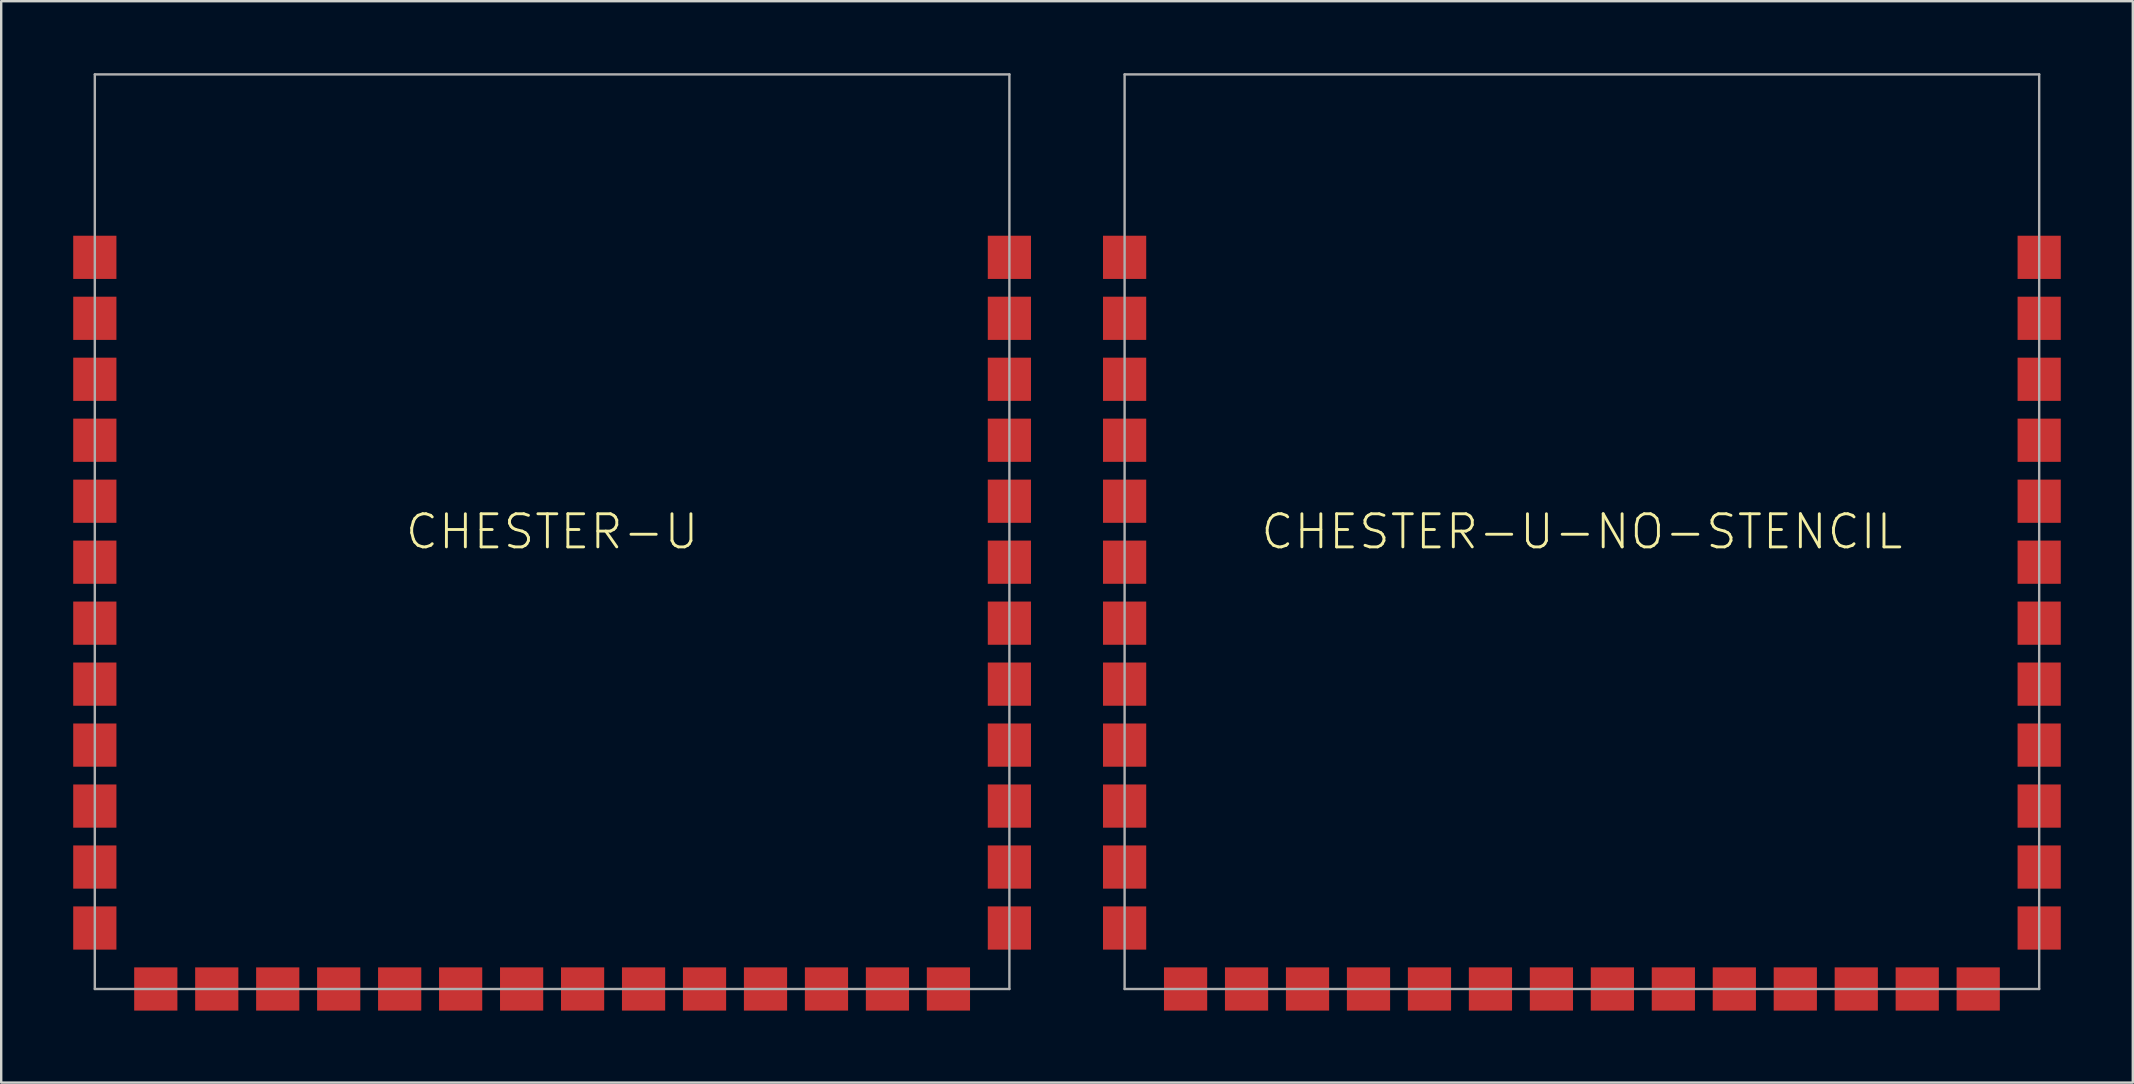
<source format=kicad_pcb>
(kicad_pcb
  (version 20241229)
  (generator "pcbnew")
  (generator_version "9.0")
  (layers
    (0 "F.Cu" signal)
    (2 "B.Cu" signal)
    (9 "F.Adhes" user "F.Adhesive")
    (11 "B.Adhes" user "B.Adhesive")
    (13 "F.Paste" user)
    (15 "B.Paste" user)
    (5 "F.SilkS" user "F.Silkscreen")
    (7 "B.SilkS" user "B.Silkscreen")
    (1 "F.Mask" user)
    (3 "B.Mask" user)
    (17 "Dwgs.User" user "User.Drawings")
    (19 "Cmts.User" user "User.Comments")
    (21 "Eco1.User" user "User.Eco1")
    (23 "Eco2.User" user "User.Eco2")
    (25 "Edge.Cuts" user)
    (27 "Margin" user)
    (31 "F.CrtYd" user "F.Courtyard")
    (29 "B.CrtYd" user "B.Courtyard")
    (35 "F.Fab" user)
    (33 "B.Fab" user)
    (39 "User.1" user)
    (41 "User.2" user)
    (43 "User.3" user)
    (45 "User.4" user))
  (footprint "CHESTER-U-NO-STENCIL"
    (layer "F.Cu")
    (at 62.85 19.1)
    (property "Reference" "CHESTER-U-NO-STENCIL" (at 0 0 0) (unlocked yes) (layer "F.SilkS") (effects (font (size 1.38 1.38) (thickness 0.12))))
    (fp_line (start -19.05 -19.05) (end -19.05 19.05) (stroke (width 0.1) (type solid)) (layer "F.Fab"))
    (fp_line (start -19.05 19.05) (end 19.05 19.05) (stroke (width 0.1) (type solid)) (layer "F.Fab"))
    (fp_line (start 19.05 -19.05) (end -19.05 -19.05) (stroke (width 0.1) (type solid)) (layer "F.Fab"))
    (fp_line (start 19.05 19.05) (end 19.05 -19.05) (stroke (width 0.1) (type solid)) (layer "F.Fab"))
    (pad "1" smd rect (at -19.05 -11.43) (size 1.8 1.8) (layers "F.Cu" "F.Mask"))
    (pad "2" smd rect (at -19.05 -8.89) (size 1.8 1.8) (layers "F.Cu" "F.Mask"))
    (pad "3" smd rect (at -19.05 -6.35) (size 1.8 1.8) (layers "F.Cu" "F.Mask"))
    (pad "4" smd rect (at -19.05 -3.81) (size 1.8 1.8) (layers "F.Cu" "F.Mask"))
    (pad "5" smd rect (at -19.05 -1.27) (size 1.8 1.8) (layers "F.Cu" "F.Mask"))
    (pad "6" smd rect (at -19.05 1.27) (size 1.8 1.8) (layers "F.Cu" "F.Mask"))
    (pad "7" smd rect (at -19.05 3.81) (size 1.8 1.8) (layers "F.Cu" "F.Mask"))
    (pad "8" smd rect (at -19.05 6.35) (size 1.8 1.8) (layers "F.Cu" "F.Mask"))
    (pad "9" smd rect (at -19.05 8.89) (size 1.8 1.8) (layers "F.Cu" "F.Mask"))
    (pad "10" smd rect (at -19.05 11.43) (size 1.8 1.8) (layers "F.Cu" "F.Mask"))
    (pad "11" smd rect (at -19.05 13.97) (size 1.8 1.8) (layers "F.Cu" "F.Mask"))
    (pad "12" smd rect (at -19.05 16.51) (size 1.8 1.8) (layers "F.Cu" "F.Mask"))
    (pad "13" smd rect (at -16.51 19.05 90) (size 1.8 1.8) (layers "F.Cu" "F.Mask"))
    (pad "14" smd rect (at -13.97 19.05 90) (size 1.8 1.8) (layers "F.Cu" "F.Mask"))
    (pad "15" smd rect (at -11.43 19.05 90) (size 1.8 1.8) (layers "F.Cu" "F.Mask"))
    (pad "16" smd rect (at -8.89 19.05 90) (size 1.8 1.8) (layers "F.Cu" "F.Mask"))
    (pad "17" smd rect (at -6.35 19.05 90) (size 1.8 1.8) (layers "F.Cu" "F.Mask"))
    (pad "18" smd rect (at -3.81 19.05 90) (size 1.8 1.8) (layers "F.Cu" "F.Mask"))
    (pad "19" smd rect (at -1.27 19.05 90) (size 1.8 1.8) (layers "F.Cu" "F.Mask"))
    (pad "20" smd rect (at 1.27 19.05 90) (size 1.8 1.8) (layers "F.Cu" "F.Mask"))
    (pad "21" smd rect (at 3.81 19.05 90) (size 1.8 1.8) (layers "F.Cu" "F.Mask"))
    (pad "22" smd rect (at 6.35 19.05 90) (size 1.8 1.8) (layers "F.Cu" "F.Mask"))
    (pad "23" smd rect (at 8.89 19.05 90) (size 1.8 1.8) (layers "F.Cu" "F.Mask"))
    (pad "24" smd rect (at 11.43 19.05 90) (size 1.8 1.8) (layers "F.Cu" "F.Mask"))
    (pad "25" smd rect (at 13.97 19.05 90) (size 1.8 1.8) (layers "F.Cu" "F.Mask"))
    (pad "26" smd rect (at 16.51 19.05 90) (size 1.8 1.8) (layers "F.Cu" "F.Mask"))
    (pad "27" smd rect (at 19.05 16.51 180) (size 1.8 1.8) (layers "F.Cu" "F.Mask"))
    (pad "28" smd rect (at 19.05 13.97 180) (size 1.8 1.8) (layers "F.Cu" "F.Mask"))
    (pad "29" smd rect (at 19.05 11.43 180) (size 1.8 1.8) (layers "F.Cu" "F.Mask"))
    (pad "30" smd rect (at 19.05 8.89 180) (size 1.8 1.8) (layers "F.Cu" "F.Mask"))
    (pad "31" smd rect (at 19.05 6.35 180) (size 1.8 1.8) (layers "F.Cu" "F.Mask"))
    (pad "32" smd rect (at 19.05 3.81 180) (size 1.8 1.8) (layers "F.Cu" "F.Mask"))
    (pad "33" smd rect (at 19.05 1.27 180) (size 1.8 1.8) (layers "F.Cu" "F.Mask"))
    (pad "34" smd rect (at 19.05 -1.27 180) (size 1.8 1.8) (layers "F.Cu" "F.Mask"))
    (pad "35" smd rect (at 19.05 -3.81 180) (size 1.8 1.8) (layers "F.Cu" "F.Mask"))
    (pad "36" smd rect (at 19.05 -6.35 180) (size 1.8 1.8) (layers "F.Cu" "F.Mask"))
    (pad "37" smd rect (at 19.05 -8.89 180) (size 1.8 1.8) (layers "F.Cu" "F.Mask"))
    (pad "38" smd rect (at 19.05 -11.43 180) (size 1.8 1.8) (layers "F.Cu" "F.Mask")))
  (footprint "CHESTER-U"
    (layer "F.Cu")
    (at 19.95 19.1)
    (property "Reference" "CHESTER-U" (at 0 0 0) (unlocked yes) (layer "F.SilkS") (effects (font (size 1.38 1.38) (thickness 0.12))))
    (fp_poly (pts (xy -18.15 -10.53) (xy -19.95 -10.53) (xy -19.95 -12.33) (xy -18.15 -12.33)) (stroke (width 0) (type default)) (fill yes) (layer "F.Paste"))
    (fp_poly (pts (xy -18.15 -7.99) (xy -19.95 -7.99) (xy -19.95 -9.79) (xy -18.15 -9.79)) (stroke (width 0) (type default)) (fill yes) (layer "F.Paste"))
    (fp_poly (pts (xy -18.15 -5.45) (xy -19.95 -5.45) (xy -19.95 -7.25) (xy -18.15 -7.25)) (stroke (width 0) (type default)) (fill yes) (layer "F.Paste"))
    (fp_poly (pts (xy -18.15 -2.91) (xy -19.95 -2.91) (xy -19.95 -4.71) (xy -18.15 -4.71)) (stroke (width 0) (type default)) (fill yes) (layer "F.Paste"))
    (fp_poly (pts (xy -18.15 -0.37) (xy -19.95 -0.37) (xy -19.95 -2.17) (xy -18.15 -2.17)) (stroke (width 0) (type default)) (fill yes) (layer "F.Paste"))
    (fp_poly (pts (xy -18.15 2.17) (xy -19.95 2.17) (xy -19.95 0.37) (xy -18.15 0.37)) (stroke (width 0) (type default)) (fill yes) (layer "F.Paste"))
    (fp_poly (pts (xy -18.15 4.71) (xy -19.95 4.71) (xy -19.95 2.91) (xy -18.15 2.91)) (stroke (width 0) (type default)) (fill yes) (layer "F.Paste"))
    (fp_poly (pts (xy -18.15 7.25) (xy -19.95 7.25) (xy -19.95 5.45) (xy -18.15 5.45)) (stroke (width 0) (type default)) (fill yes) (layer "F.Paste"))
    (fp_poly (pts (xy -18.15 9.79) (xy -19.95 9.79) (xy -19.95 7.99) (xy -18.15 7.99)) (stroke (width 0) (type default)) (fill yes) (layer "F.Paste"))
    (fp_poly (pts (xy -18.15 12.33) (xy -19.95 12.33) (xy -19.95 10.53) (xy -18.15 10.53)) (stroke (width 0) (type default)) (fill yes) (layer "F.Paste"))
    (fp_poly (pts (xy -18.15 14.87) (xy -19.95 14.87) (xy -19.95 13.07) (xy -18.15 13.07)) (stroke (width 0) (type default)) (fill yes) (layer "F.Paste"))
    (fp_poly (pts (xy -18.15 17.41) (xy -19.95 17.41) (xy -19.95 15.61) (xy -18.15 15.61)) (stroke (width 0) (type default)) (fill yes) (layer "F.Paste"))
    (fp_poly (pts (xy -15.61 19.95) (xy -17.41 19.95) (xy -17.41 18.15) (xy -15.61 18.15)) (stroke (width 0) (type default)) (fill yes) (layer "F.Paste"))
    (fp_poly (pts (xy -13.07 19.95) (xy -14.87 19.95) (xy -14.87 18.15) (xy -13.07 18.15)) (stroke (width 0) (type default)) (fill yes) (layer "F.Paste"))
    (fp_poly (pts (xy -10.53 19.95) (xy -12.33 19.95) (xy -12.33 18.15) (xy -10.53 18.15)) (stroke (width 0) (type default)) (fill yes) (layer "F.Paste"))
    (fp_poly (pts (xy -7.99 19.95) (xy -9.79 19.95) (xy -9.79 18.15) (xy -7.99 18.15)) (stroke (width 0) (type default)) (fill yes) (layer "F.Paste"))
    (fp_poly (pts (xy -5.45 19.95) (xy -7.25 19.95) (xy -7.25 18.15) (xy -5.45 18.15)) (stroke (width 0) (type default)) (fill yes) (layer "F.Paste"))
    (fp_poly (pts (xy -2.91 19.95) (xy -4.71 19.95) (xy -4.71 18.15) (xy -2.91 18.15)) (stroke (width 0) (type default)) (fill yes) (layer "F.Paste"))
    (fp_poly (pts (xy -0.37 19.95) (xy -2.17 19.95) (xy -2.17 18.15) (xy -0.37 18.15)) (stroke (width 0) (type default)) (fill yes) (layer "F.Paste"))
    (fp_poly (pts (xy 2.17 19.95) (xy 0.37 19.95) (xy 0.37 18.15) (xy 2.17 18.15)) (stroke (width 0) (type default)) (fill yes) (layer "F.Paste"))
    (fp_poly (pts (xy 4.71 19.95) (xy 2.91 19.95) (xy 2.91 18.15) (xy 4.71 18.15)) (stroke (width 0) (type default)) (fill yes) (layer "F.Paste"))
    (fp_poly (pts (xy 7.25 19.95) (xy 5.45 19.95) (xy 5.45 18.15) (xy 7.25 18.15)) (stroke (width 0) (type default)) (fill yes) (layer "F.Paste"))
    (fp_poly (pts (xy 9.79 19.95) (xy 7.99 19.95) (xy 7.99 18.15) (xy 9.79 18.15)) (stroke (width 0) (type default)) (fill yes) (layer "F.Paste"))
    (fp_poly (pts (xy 12.33 19.95) (xy 10.53 19.95) (xy 10.53 18.15) (xy 12.33 18.15)) (stroke (width 0) (type default)) (fill yes) (layer "F.Paste"))
    (fp_poly (pts (xy 14.87 19.95) (xy 13.07 19.95) (xy 13.07 18.15) (xy 14.87 18.15)) (stroke (width 0) (type default)) (fill yes) (layer "F.Paste"))
    (fp_poly (pts (xy 17.41 19.95) (xy 15.61 19.95) (xy 15.61 18.15) (xy 17.41 18.15)) (stroke (width 0) (type default)) (fill yes) (layer "F.Paste"))
    (fp_poly (pts (xy 19.95 -10.53) (xy 18.15 -10.53) (xy 18.15 -12.33) (xy 19.95 -12.33)) (stroke (width 0) (type default)) (fill yes) (layer "F.Paste"))
    (fp_poly (pts (xy 19.95 -7.99) (xy 18.15 -7.99) (xy 18.15 -9.79) (xy 19.95 -9.79)) (stroke (width 0) (type default)) (fill yes) (layer "F.Paste"))
    (fp_poly (pts (xy 19.95 -5.45) (xy 18.15 -5.45) (xy 18.15 -7.25) (xy 19.95 -7.25)) (stroke (width 0) (type default)) (fill yes) (layer "F.Paste"))
    (fp_poly (pts (xy 19.95 -2.91) (xy 18.15 -2.91) (xy 18.15 -4.71) (xy 19.95 -4.71)) (stroke (width 0) (type default)) (fill yes) (layer "F.Paste"))
    (fp_poly (pts (xy 19.95 -0.37) (xy 18.15 -0.37) (xy 18.15 -2.17) (xy 19.95 -2.17)) (stroke (width 0) (type default)) (fill yes) (layer "F.Paste"))
    (fp_poly (pts (xy 19.95 2.17) (xy 18.15 2.17) (xy 18.15 0.37) (xy 19.95 0.37)) (stroke (width 0) (type default)) (fill yes) (layer "F.Paste"))
    (fp_poly (pts (xy 19.95 4.71) (xy 18.15 4.71) (xy 18.15 2.91) (xy 19.95 2.91)) (stroke (width 0) (type default)) (fill yes) (layer "F.Paste"))
    (fp_poly (pts (xy 19.95 7.25) (xy 18.15 7.25) (xy 18.15 5.45) (xy 19.95 5.45)) (stroke (width 0) (type default)) (fill yes) (layer "F.Paste"))
    (fp_poly (pts (xy 19.95 9.79) (xy 18.15 9.79) (xy 18.15 7.99) (xy 19.95 7.99)) (stroke (width 0) (type default)) (fill yes) (layer "F.Paste"))
    (fp_poly (pts (xy 19.95 12.33) (xy 18.15 12.33) (xy 18.15 10.53) (xy 19.95 10.53)) (stroke (width 0) (type default)) (fill yes) (layer "F.Paste"))
    (fp_poly (pts (xy 19.95 14.87) (xy 18.15 14.87) (xy 18.15 13.07) (xy 19.95 13.07)) (stroke (width 0) (type default)) (fill yes) (layer "F.Paste"))
    (fp_poly (pts (xy 19.95 17.41) (xy 18.15 17.41) (xy 18.15 15.61) (xy 19.95 15.61)) (stroke (width 0) (type default)) (fill yes) (layer "F.Paste"))
    (fp_line (start -19.05 -19.05) (end -19.05 19.05) (stroke (width 0.1) (type solid)) (layer "F.Fab"))
    (fp_line (start -19.05 19.05) (end 19.05 19.05) (stroke (width 0.1) (type solid)) (layer "F.Fab"))
    (fp_line (start 19.05 -19.05) (end -19.05 -19.05) (stroke (width 0.1) (type solid)) (layer "F.Fab"))
    (fp_line (start 19.05 19.05) (end 19.05 -19.05) (stroke (width 0.1) (type solid)) (layer "F.Fab"))
    (pad "1" smd rect (at -19.05 -11.43) (size 1.8 1.8) (layers "F.Cu" "F.Mask"))
    (pad "2" smd rect (at -19.05 -8.89) (size 1.8 1.8) (layers "F.Cu" "F.Mask"))
    (pad "3" smd rect (at -19.05 -6.35) (size 1.8 1.8) (layers "F.Cu" "F.Mask"))
    (pad "4" smd rect (at -19.05 -3.81) (size 1.8 1.8) (layers "F.Cu" "F.Mask"))
    (pad "5" smd rect (at -19.05 -1.27) (size 1.8 1.8) (layers "F.Cu" "F.Mask"))
    (pad "6" smd rect (at -19.05 1.27) (size 1.8 1.8) (layers "F.Cu" "F.Mask"))
    (pad "7" smd rect (at -19.05 3.81) (size 1.8 1.8) (layers "F.Cu" "F.Mask"))
    (pad "8" smd rect (at -19.05 6.35) (size 1.8 1.8) (layers "F.Cu" "F.Mask"))
    (pad "9" smd rect (at -19.05 8.89) (size 1.8 1.8) (layers "F.Cu" "F.Mask"))
    (pad "10" smd rect (at -19.05 11.43) (size 1.8 1.8) (layers "F.Cu" "F.Mask"))
    (pad "11" smd rect (at -19.05 13.97) (size 1.8 1.8) (layers "F.Cu" "F.Mask"))
    (pad "12" smd rect (at -19.05 16.51) (size 1.8 1.8) (layers "F.Cu" "F.Mask"))
    (pad "13" smd rect (at -16.51 19.05 90) (size 1.8 1.8) (layers "F.Cu" "F.Mask"))
    (pad "14" smd rect (at -13.97 19.05 90) (size 1.8 1.8) (layers "F.Cu" "F.Mask"))
    (pad "15" smd rect (at -11.43 19.05 90) (size 1.8 1.8) (layers "F.Cu" "F.Mask"))
    (pad "16" smd rect (at -8.89 19.05 90) (size 1.8 1.8) (layers "F.Cu" "F.Mask"))
    (pad "17" smd rect (at -6.35 19.05 90) (size 1.8 1.8) (layers "F.Cu" "F.Mask"))
    (pad "18" smd rect (at -3.81 19.05 90) (size 1.8 1.8) (layers "F.Cu" "F.Mask"))
    (pad "19" smd rect (at -1.27 19.05 90) (size 1.8 1.8) (layers "F.Cu" "F.Mask"))
    (pad "20" smd rect (at 1.27 19.05 90) (size 1.8 1.8) (layers "F.Cu" "F.Mask"))
    (pad "21" smd rect (at 3.81 19.05 90) (size 1.8 1.8) (layers "F.Cu" "F.Mask"))
    (pad "22" smd rect (at 6.35 19.05 90) (size 1.8 1.8) (layers "F.Cu" "F.Mask"))
    (pad "23" smd rect (at 8.89 19.05 90) (size 1.8 1.8) (layers "F.Cu" "F.Mask"))
    (pad "24" smd rect (at 11.43 19.05 90) (size 1.8 1.8) (layers "F.Cu" "F.Mask"))
    (pad "25" smd rect (at 13.97 19.05 90) (size 1.8 1.8) (layers "F.Cu" "F.Mask"))
    (pad "26" smd rect (at 16.51 19.05 90) (size 1.8 1.8) (layers "F.Cu" "F.Mask"))
    (pad "27" smd rect (at 19.05 16.51 180) (size 1.8 1.8) (layers "F.Cu" "F.Mask"))
    (pad "28" smd rect (at 19.05 13.97 180) (size 1.8 1.8) (layers "F.Cu" "F.Mask"))
    (pad "29" smd rect (at 19.05 11.43 180) (size 1.8 1.8) (layers "F.Cu" "F.Mask"))
    (pad "30" smd rect (at 19.05 8.89 180) (size 1.8 1.8) (layers "F.Cu" "F.Mask"))
    (pad "31" smd rect (at 19.05 6.35 180) (size 1.8 1.8) (layers "F.Cu" "F.Mask"))
    (pad "32" smd rect (at 19.05 3.81 180) (size 1.8 1.8) (layers "F.Cu" "F.Mask"))
    (pad "33" smd rect (at 19.05 1.27 180) (size 1.8 1.8) (layers "F.Cu" "F.Mask"))
    (pad "34" smd rect (at 19.05 -1.27 180) (size 1.8 1.8) (layers "F.Cu" "F.Mask"))
    (pad "35" smd rect (at 19.05 -3.81 180) (size 1.8 1.8) (layers "F.Cu" "F.Mask"))
    (pad "36" smd rect (at 19.05 -6.35 180) (size 1.8 1.8) (layers "F.Cu" "F.Mask"))
    (pad "37" smd rect (at 19.05 -8.89 180) (size 1.8 1.8) (layers "F.Cu" "F.Mask"))
    (pad "38" smd rect (at 19.05 -11.43 180) (size 1.8 1.8) (layers "F.Cu" "F.Mask")))
  (gr_rect
    (start -3 -3)
    (end 85.8 42.05)
    (stroke (width 0.1) (type default))
    (fill no)
    (layer "Edge.Cuts")))
</source>
